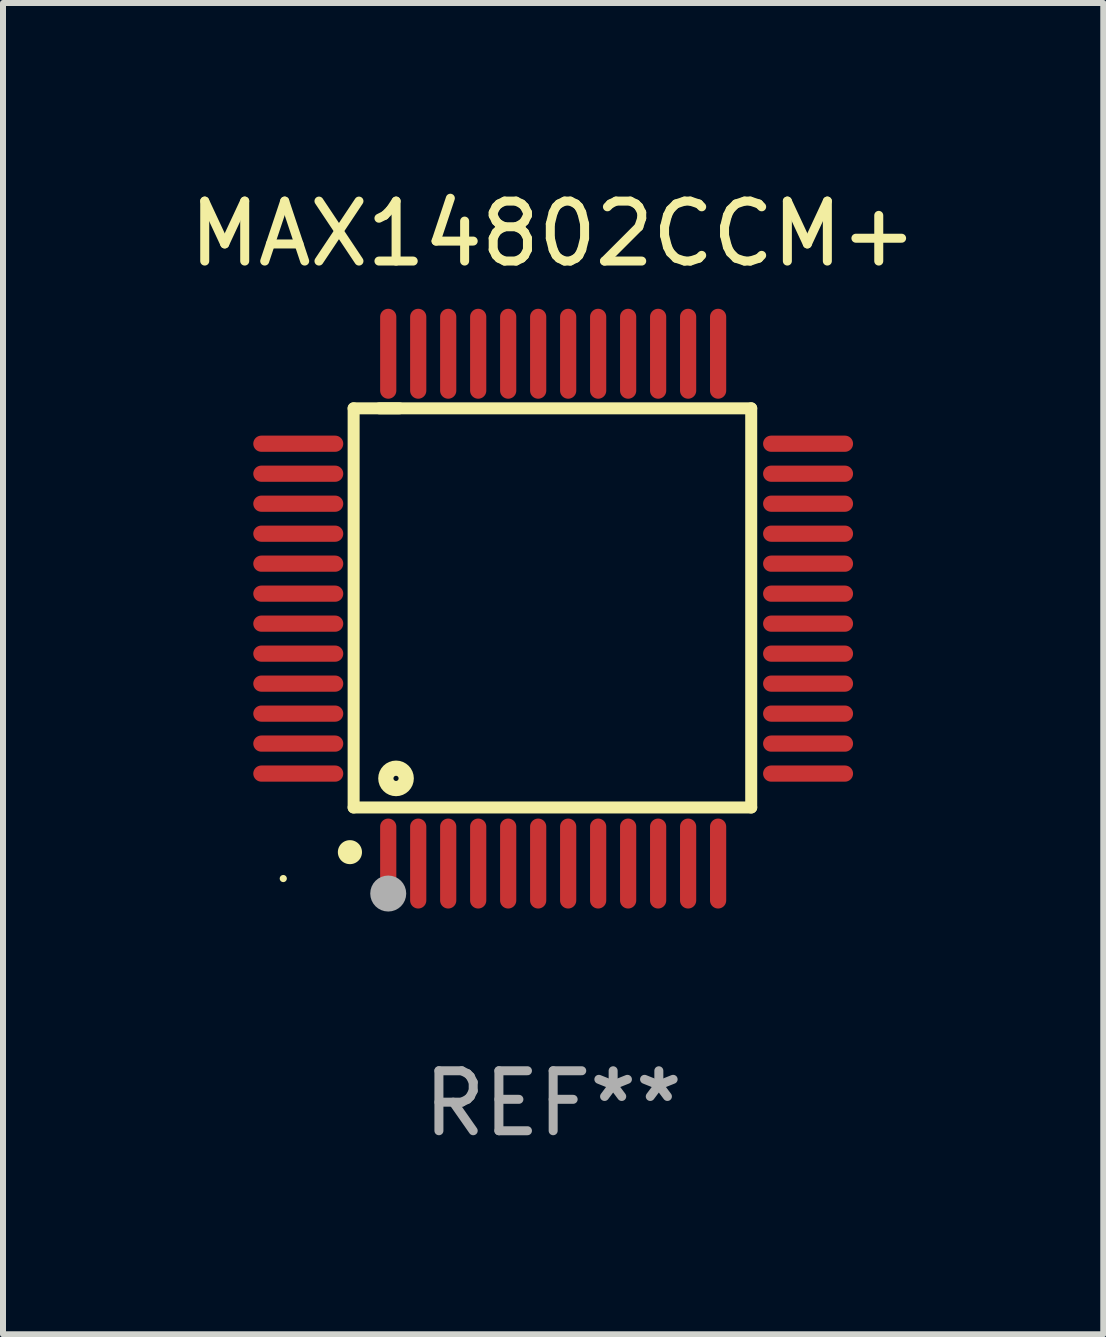
<source format=kicad_pcb>
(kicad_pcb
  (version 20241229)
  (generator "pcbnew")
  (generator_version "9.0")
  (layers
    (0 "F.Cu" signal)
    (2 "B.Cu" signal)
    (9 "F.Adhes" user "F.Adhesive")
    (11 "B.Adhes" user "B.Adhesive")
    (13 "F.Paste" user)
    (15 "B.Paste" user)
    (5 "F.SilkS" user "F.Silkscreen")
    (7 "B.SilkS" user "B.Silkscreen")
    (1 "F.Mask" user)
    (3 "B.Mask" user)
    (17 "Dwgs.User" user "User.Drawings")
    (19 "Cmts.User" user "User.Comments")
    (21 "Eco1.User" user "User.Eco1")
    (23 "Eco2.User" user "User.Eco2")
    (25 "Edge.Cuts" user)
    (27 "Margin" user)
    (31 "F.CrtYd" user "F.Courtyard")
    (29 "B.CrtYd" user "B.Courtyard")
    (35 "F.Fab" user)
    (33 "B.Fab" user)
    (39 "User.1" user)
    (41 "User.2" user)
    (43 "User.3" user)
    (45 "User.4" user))
  (footprint "MAX14802CCM+"
    (layer "F.Cu")
    (at 6.173 7.098)
    (property "Reference" "MAX14802CCM+" (at 0 -6.25 0) (layer "F.SilkS") (effects (font (size 1 1) (thickness 0.15))))
    (attr through_hole)
    (fp_line (start -3.327 -3.34) (end -2.565 -3.34) (stroke (width 0.2) (type solid)) (layer "F.SilkS"))
    (fp_line (start -3.327 3.315) (end -3.327 -3.34) (stroke (width 0.2) (type solid)) (layer "F.SilkS"))
    (fp_line (start -2.896 -3.34) (end 3.302 -3.34) (stroke (width 0.2) (type solid)) (layer "F.SilkS"))
    (fp_line (start 3.302 -3.34) (end 3.302 3.315) (stroke (width 0.2) (type solid)) (layer "F.SilkS"))
    (fp_line (start 3.302 3.315) (end -3.327 3.315) (stroke (width 0.2) (type solid)) (layer "F.SilkS"))
    (fp_arc (start -3.389992 4.059995) (mid -3.388722 4.059991) (end -3.387452 4.059995) (stroke (width 0.4) (type solid)) (layer "F.SilkS"))
    (fp_circle (center -4.5 4.5) (end -4.47 4.5) (stroke (width 0.06) (type solid)) (fill no) (layer "F.SilkS"))
    (fp_circle (center -2.62 2.83) (end -2.45 2.83) (stroke (width 0.254) (type solid)) (fill no) (layer "F.SilkS"))
    (fp_circle (center -2.75 4.75) (end -2.6 4.75) (stroke (width 0.3) (type solid)) (fill no) (layer "F.Fab"))
    (fp_text user "REF**" (at 0 8.25 0) (layer "F.Fab") (effects (font (size 1 1) (thickness 0.15))))
    (pad "1" smd oval (at -2.75 4.25) (size 0.27 1.5) (layers "F.Cu" "F.Mask" "F.Paste"))
    (pad "2" smd oval (at -2.25 4.25) (size 0.27 1.5) (layers "F.Cu" "F.Mask" "F.Paste"))
    (pad "3" smd oval (at -1.75 4.25) (size 0.27 1.5) (layers "F.Cu" "F.Mask" "F.Paste"))
    (pad "4" smd oval (at -1.25 4.25) (size 0.27 1.5) (layers "F.Cu" "F.Mask" "F.Paste"))
    (pad "5" smd oval (at -0.75 4.25) (size 0.27 1.5) (layers "F.Cu" "F.Mask" "F.Paste"))
    (pad "6" smd oval (at -0.25 4.25) (size 0.27 1.5) (layers "F.Cu" "F.Mask" "F.Paste"))
    (pad "7" smd oval (at 0.25 4.25) (size 0.27 1.5) (layers "F.Cu" "F.Mask" "F.Paste"))
    (pad "8" smd oval (at 0.75 4.25) (size 0.27 1.5) (layers "F.Cu" "F.Mask" "F.Paste"))
    (pad "9" smd oval (at 1.25 4.25) (size 0.27 1.5) (layers "F.Cu" "F.Mask" "F.Paste"))
    (pad "10" smd oval (at 1.75 4.25) (size 0.27 1.5) (layers "F.Cu" "F.Mask" "F.Paste"))
    (pad "11" smd oval (at 2.25 4.25) (size 0.27 1.5) (layers "F.Cu" "F.Mask" "F.Paste"))
    (pad "12" smd oval (at 2.75 4.25) (size 0.27 1.5) (layers "F.Cu" "F.Mask" "F.Paste"))
    (pad "13" smd oval (at 4.25 2.75) (size 1.5 0.27) (layers "F.Cu" "F.Mask" "F.Paste"))
    (pad "14" smd oval (at 4.25 2.25) (size 1.5 0.27) (layers "F.Cu" "F.Mask" "F.Paste"))
    (pad "15" smd oval (at 4.25 1.75) (size 1.5 0.27) (layers "F.Cu" "F.Mask" "F.Paste"))
    (pad "16" smd oval (at 4.25 1.25) (size 1.5 0.27) (layers "F.Cu" "F.Mask" "F.Paste"))
    (pad "17" smd oval (at 4.25 0.75) (size 1.5 0.27) (layers "F.Cu" "F.Mask" "F.Paste"))
    (pad "18" smd oval (at 4.25 0.25) (size 1.5 0.27) (layers "F.Cu" "F.Mask" "F.Paste"))
    (pad "19" smd oval (at 4.25 -0.25) (size 1.5 0.27) (layers "F.Cu" "F.Mask" "F.Paste"))
    (pad "20" smd oval (at 4.25 -0.75) (size 1.5 0.27) (layers "F.Cu" "F.Mask" "F.Paste"))
    (pad "21" smd oval (at 4.25 -1.25) (size 1.5 0.27) (layers "F.Cu" "F.Mask" "F.Paste"))
    (pad "22" smd oval (at 4.25 -1.75) (size 1.5 0.27) (layers "F.Cu" "F.Mask" "F.Paste"))
    (pad "23" smd oval (at 4.25 -2.25) (size 1.5 0.27) (layers "F.Cu" "F.Mask" "F.Paste"))
    (pad "24" smd oval (at 4.25 -2.75) (size 1.5 0.27) (layers "F.Cu" "F.Mask" "F.Paste"))
    (pad "25" smd oval (at 2.75 -4.25) (size 0.27 1.5) (layers "F.Cu" "F.Mask" "F.Paste"))
    (pad "26" smd oval (at 2.25 -4.25) (size 0.27 1.5) (layers "F.Cu" "F.Mask" "F.Paste"))
    (pad "27" smd oval (at 1.75 -4.25) (size 0.27 1.5) (layers "F.Cu" "F.Mask" "F.Paste"))
    (pad "28" smd oval (at 1.25 -4.25) (size 0.27 1.5) (layers "F.Cu" "F.Mask" "F.Paste"))
    (pad "29" smd oval (at 0.75 -4.25) (size 0.27 1.5) (layers "F.Cu" "F.Mask" "F.Paste"))
    (pad "30" smd oval (at 0.25 -4.25) (size 0.27 1.5) (layers "F.Cu" "F.Mask" "F.Paste"))
    (pad "31" smd oval (at -0.25 -4.25) (size 0.27 1.5) (layers "F.Cu" "F.Mask" "F.Paste"))
    (pad "32" smd oval (at -0.75 -4.25) (size 0.27 1.5) (layers "F.Cu" "F.Mask" "F.Paste"))
    (pad "33" smd oval (at -1.25 -4.25) (size 0.27 1.5) (layers "F.Cu" "F.Mask" "F.Paste"))
    (pad "34" smd oval (at -1.75 -4.25) (size 0.27 1.5) (layers "F.Cu" "F.Mask" "F.Paste"))
    (pad "35" smd oval (at -2.25 -4.25) (size 0.27 1.5) (layers "F.Cu" "F.Mask" "F.Paste"))
    (pad "36" smd oval (at -2.75 -4.25) (size 0.27 1.5) (layers "F.Cu" "F.Mask" "F.Paste"))
    (pad "37" smd oval (at -4.25 -2.75) (size 1.5 0.27) (layers "F.Cu" "F.Mask" "F.Paste"))
    (pad "38" smd oval (at -4.25 -2.25) (size 1.5 0.27) (layers "F.Cu" "F.Mask" "F.Paste"))
    (pad "39" smd oval (at -4.25 -1.75) (size 1.5 0.27) (layers "F.Cu" "F.Mask" "F.Paste"))
    (pad "40" smd oval (at -4.25 -1.25) (size 1.5 0.27) (layers "F.Cu" "F.Mask" "F.Paste"))
    (pad "41" smd oval (at -4.25 -0.75) (size 1.5 0.27) (layers "F.Cu" "F.Mask" "F.Paste"))
    (pad "42" smd oval (at -4.25 -0.25) (size 1.5 0.27) (layers "F.Cu" "F.Mask" "F.Paste"))
    (pad "43" smd oval (at -4.25 0.25) (size 1.5 0.27) (layers "F.Cu" "F.Mask" "F.Paste"))
    (pad "44" smd oval (at -4.25 0.75) (size 1.5 0.27) (layers "F.Cu" "F.Mask" "F.Paste"))
    (pad "45" smd oval (at -4.25 1.25) (size 1.5 0.27) (layers "F.Cu" "F.Mask" "F.Paste"))
    (pad "46" smd oval (at -4.25 1.75) (size 1.5 0.27) (layers "F.Cu" "F.Mask" "F.Paste"))
    (pad "47" smd oval (at -4.25 2.25) (size 1.5 0.27) (layers "F.Cu" "F.Mask" "F.Paste"))
    (pad "48" smd oval (at -4.25 2.75) (size 1.5 0.27) (layers "F.Cu" "F.Mask" "F.Paste")))
  (gr_rect
    (start -3 -3)
    (end 15.345 19.196)
    (stroke (width 0.1) (type default))
    (fill no)
    (layer "Edge.Cuts")))
</source>
